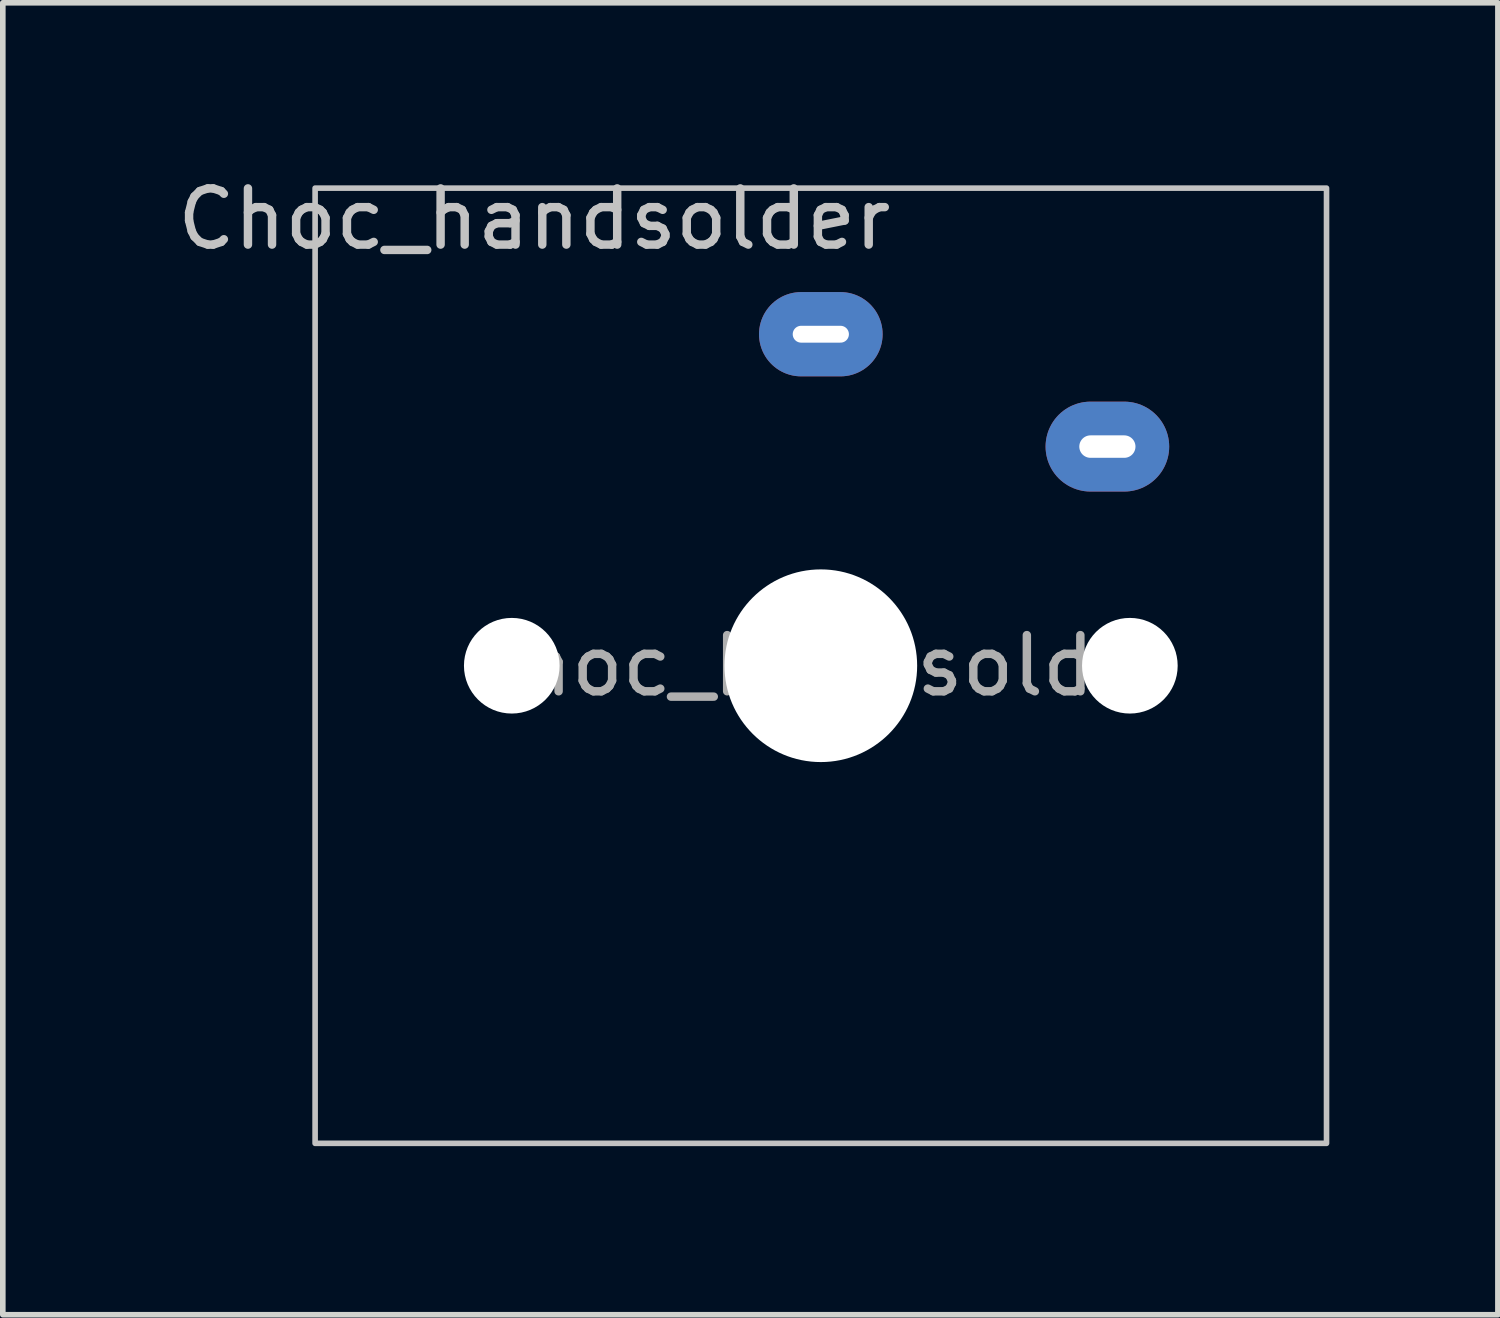
<source format=kicad_pcb>
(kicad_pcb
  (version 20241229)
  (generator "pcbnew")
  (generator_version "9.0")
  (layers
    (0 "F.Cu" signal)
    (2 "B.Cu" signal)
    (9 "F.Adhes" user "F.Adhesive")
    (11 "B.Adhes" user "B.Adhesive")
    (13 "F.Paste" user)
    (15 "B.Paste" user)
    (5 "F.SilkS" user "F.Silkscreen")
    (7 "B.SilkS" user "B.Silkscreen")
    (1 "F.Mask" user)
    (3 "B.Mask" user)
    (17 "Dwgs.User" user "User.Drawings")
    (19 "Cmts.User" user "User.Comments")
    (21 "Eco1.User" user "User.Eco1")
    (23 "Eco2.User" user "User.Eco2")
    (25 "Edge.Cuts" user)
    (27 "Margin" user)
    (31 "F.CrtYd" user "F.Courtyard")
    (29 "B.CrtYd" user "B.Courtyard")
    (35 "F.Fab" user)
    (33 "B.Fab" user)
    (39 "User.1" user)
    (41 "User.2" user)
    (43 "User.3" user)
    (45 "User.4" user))
  (footprint "Choc_handsolder"
    (layer "F.Cu")
    (at 11.558 8.798)
    (property "Reference" "Choc_handsolder" (at -5.1 -7.95 180) (layer "Dwgs.User") (effects (font (size 1 1) (thickness 0.15))))
    (attr through_hole)
    (fp_rect (start 9 8.5) (end -9 -8.5) (stroke (width 0.1) (type default)) (fill no) (layer "Dwgs.User"))
    (fp_text user "${REFERENCE}" (at 0 0 180) (layer "F.Fab") (effects (font (size 1 1) (thickness 0.15))))
    (pad "" np_thru_hole circle (at -5.5 0 270) (size 1.702 1.702) (drill 1.702) (layers "*.Cu" "*.Mask"))
    (pad "" np_thru_hole circle (at 0 0 270) (size 3.429 3.429) (drill 3.429) (layers "*.Cu" "*.Mask"))
    (pad "" np_thru_hole circle (at 5.5 0 270) (size 1.702 1.702) (drill 1.702) (layers "*.Cu" "*.Mask"))
    (pad "1" thru_hole oval (at 5.1 -3.9 180) (size 2.2 1.6) (drill oval 1 0.4) (layers "*.Cu" "B.Mask"))
    (pad "2" thru_hole oval (at 0 -5.9 180) (size 2.2 1.5) (drill oval 1 0.3) (layers "*.Cu" "B.Mask")))
  (gr_rect
    (start -3 -3)
    (end 23.608 20.348)
    (stroke (width 0.1) (type default))
    (fill no)
    (layer "Edge.Cuts")))
</source>
